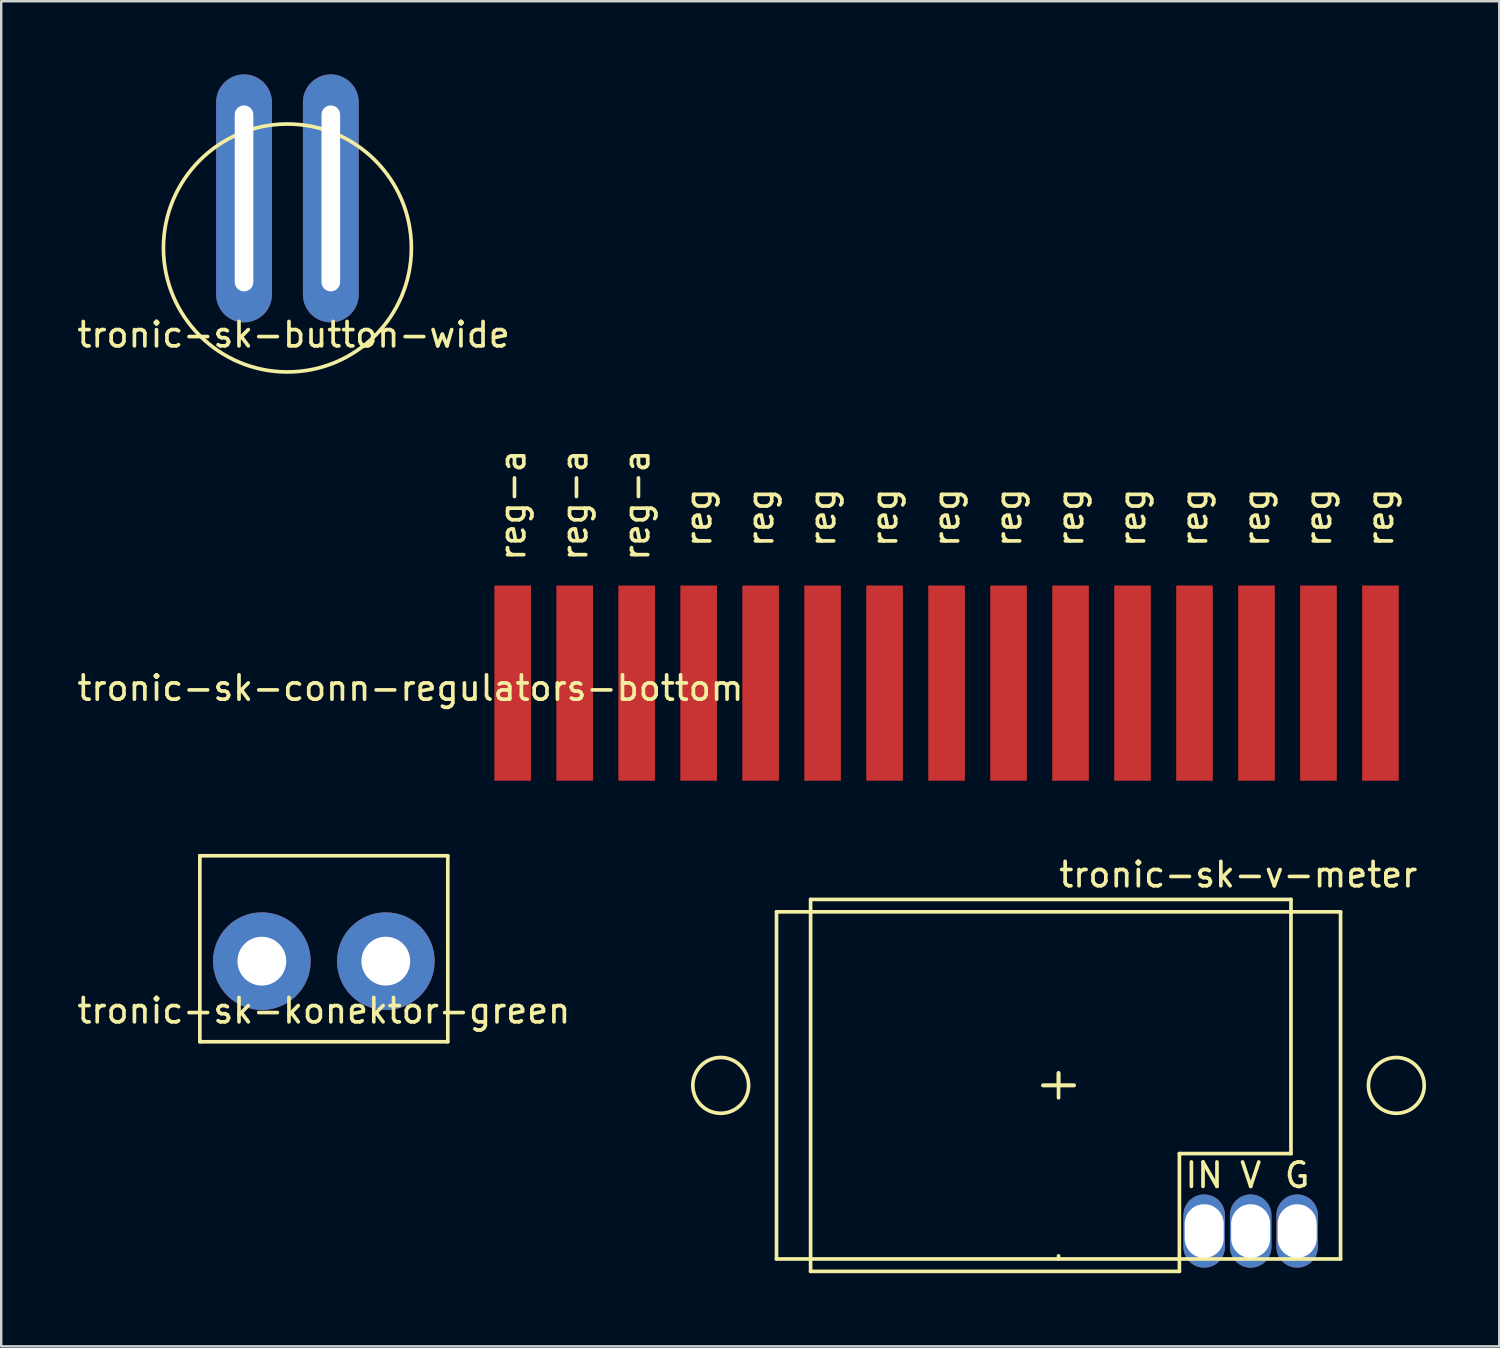
<source format=kicad_pcb>
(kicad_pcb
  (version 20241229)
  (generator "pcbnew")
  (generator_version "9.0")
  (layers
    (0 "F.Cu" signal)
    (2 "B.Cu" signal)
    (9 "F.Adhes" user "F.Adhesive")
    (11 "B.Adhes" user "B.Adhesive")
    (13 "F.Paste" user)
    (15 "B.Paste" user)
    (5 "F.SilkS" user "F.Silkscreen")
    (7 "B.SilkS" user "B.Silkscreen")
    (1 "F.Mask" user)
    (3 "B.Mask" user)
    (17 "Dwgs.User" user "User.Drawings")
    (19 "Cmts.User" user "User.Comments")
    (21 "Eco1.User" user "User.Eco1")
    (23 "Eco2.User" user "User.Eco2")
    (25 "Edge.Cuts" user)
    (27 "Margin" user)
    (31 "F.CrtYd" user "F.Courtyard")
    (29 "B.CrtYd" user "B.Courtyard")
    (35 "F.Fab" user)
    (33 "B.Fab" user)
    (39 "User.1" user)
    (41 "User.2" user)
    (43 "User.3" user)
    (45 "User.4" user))
  (footprint "tronic-sk-v-meter"
    (layer "F.Cu")
    (at 23.69 33.808)
    (property "Reference" "tronic-sk-v-meter" (at 24.003 -1.016 0) (layer "F.SilkS") (effects (font (size 1 1) (thickness 0.15))))
    (attr through_hole)
    (fp_line (start 5.08 0.508) (end 28.194 0.508) (stroke (width 0.15) (type solid)) (layer "F.SilkS"))
    (fp_line (start 5.08 14.732) (end 5.08 0.508) (stroke (width 0.15) (type solid)) (layer "F.SilkS"))
    (fp_line (start 6.477 0) (end 6.477 15.24) (stroke (width 0.15) (type solid)) (layer "F.SilkS"))
    (fp_line (start 6.477 0) (end 26.162 0) (stroke (width 0.15) (type solid)) (layer "F.SilkS"))
    (fp_line (start 6.477 15.24) (end 21.59 15.24) (stroke (width 0.15) (type solid)) (layer "F.SilkS"))
    (fp_line (start 16.002 7.62) (end 16.637 7.62) (stroke (width 0.15) (type solid)) (layer "F.SilkS"))
    (fp_line (start 16.637 7.112) (end 16.637 7.62) (stroke (width 0.15) (type solid)) (layer "F.SilkS"))
    (fp_line (start 16.637 7.62) (end 16.002 7.62) (stroke (width 0.15) (type solid)) (layer "F.SilkS"))
    (fp_line (start 16.637 7.62) (end 16.637 7.112) (stroke (width 0.15) (type solid)) (layer "F.SilkS"))
    (fp_line (start 16.637 7.62) (end 16.637 8.128) (stroke (width 0.15) (type solid)) (layer "F.SilkS"))
    (fp_line (start 16.637 7.62) (end 17.272 7.62) (stroke (width 0.15) (type solid)) (layer "F.SilkS"))
    (fp_line (start 16.637 14.605) (end 16.637 14.732) (stroke (width 0.15) (type solid)) (layer "F.SilkS"))
    (fp_line (start 17.272 7.62) (end 16.637 7.62) (stroke (width 0.15) (type solid)) (layer "F.SilkS"))
    (fp_line (start 21.59 15.24) (end 21.59 10.414) (stroke (width 0.15) (type solid)) (layer "F.SilkS"))
    (fp_line (start 26.162 0) (end 26.162 10.414) (stroke (width 0.15) (type solid)) (layer "F.SilkS"))
    (fp_line (start 26.162 10.414) (end 21.59 10.414) (stroke (width 0.15) (type solid)) (layer "F.SilkS"))
    (fp_line (start 28.194 0.508) (end 28.194 14.732) (stroke (width 0.15) (type solid)) (layer "F.SilkS"))
    (fp_line (start 28.194 14.732) (end 5.08 14.732) (stroke (width 0.15) (type solid)) (layer "F.SilkS"))
    (fp_circle (center 2.794 7.62) (end 2.794 8.763) (stroke (width 0.15) (type solid)) (fill no) (layer "F.SilkS"))
    (fp_circle (center 30.48 7.62) (end 30.48 8.763) (stroke (width 0.15) (type solid)) (fill no) (layer "F.SilkS"))
    (fp_text user "G" (at 26.416 11.303 0) (layer "F.SilkS") (effects (font (size 1 1) (thickness 0.15))))
    (fp_text user "V" (at 24.511 11.303 0) (layer "F.SilkS") (effects (font (size 1 1) (thickness 0.15))))
    (fp_text user "IN" (at 22.606 11.303 0) (layer "F.SilkS") (effects (font (size 1 1) (thickness 0.15))))
    (pad "1" thru_hole oval (at 26.416 13.589) (size 1.7 3) (drill oval 1.6 2.2) (layers "*.Cu" "*.Mask"))
    (pad "2" thru_hole oval (at 24.511 13.589) (size 1.7 3) (drill oval 1.6 2.2) (layers "*.Cu" "*.Mask"))
    (pad "3" thru_hole oval (at 22.606 13.589) (size 1.7 3) (drill oval 1.6 2.2) (layers "*.Cu" "*.Mask")))
  (footprint "tronic-sk-conn-regulators-bottom"
    (layer "F.Cu")
    (at 16.943 20.702)
    (property "Reference" "tronic-sk-conn-regulators-bottom" (at -3.175 4.445 0) (layer "F.SilkS") (effects (font (size 1 1) (thickness 0.15))))
    (attr through_hole)
    (fp_text user "reg" (at 21.336 -2.54 90) (layer "F.SilkS") (effects (font (size 1 1) (thickness 0.15))))
    (fp_text user "reg" (at 34.036 -2.54 90) (layer "F.SilkS") (effects (font (size 1 1) (thickness 0.15))))
    (fp_text user "reg" (at 13.716 -2.54 90) (layer "F.SilkS") (effects (font (size 1 1) (thickness 0.15))))
    (fp_text user "reg-a" (at 6.096 -3.048 90) (layer "F.SilkS") (effects (font (size 1 1) (thickness 0.15))))
    (fp_text user "reg" (at 8.636 -2.54 90) (layer "F.SilkS") (effects (font (size 1 1) (thickness 0.15))))
    (fp_text user "reg" (at 11.176 -2.54 90) (layer "F.SilkS") (effects (font (size 1 1) (thickness 0.15))))
    (fp_text user "reg" (at 36.576 -2.54 90) (layer "F.SilkS") (effects (font (size 1 1) (thickness 0.15))))
    (fp_text user "reg" (at 26.416 -2.54 90) (layer "F.SilkS") (effects (font (size 1 1) (thickness 0.15))))
    (fp_text user "reg" (at 18.796 -2.54 90) (layer "F.SilkS") (effects (font (size 1 1) (thickness 0.15))))
    (fp_text user "reg-a" (at 1.016 -3.048 90) (layer "F.SilkS") (effects (font (size 1 1) (thickness 0.15))))
    (fp_text user "reg-a" (at 3.556 -3.048 90) (layer "F.SilkS") (effects (font (size 1 1) (thickness 0.15))))
    (fp_text user "reg" (at 23.876 -2.54 90) (layer "F.SilkS") (effects (font (size 1 1) (thickness 0.15))))
    (fp_text user "reg" (at 31.496 -2.54 90) (layer "F.SilkS") (effects (font (size 1 1) (thickness 0.15))))
    (fp_text user "reg" (at 16.256 -2.54 90) (layer "F.SilkS") (effects (font (size 1 1) (thickness 0.15))))
    (fp_text user "reg" (at 28.956 -2.54 90) (layer "F.SilkS") (effects (font (size 1 1) (thickness 0.15))))
    (pad "1" smd rect (at 1.016 4.242) (size 1.5 8) (layers "F.Cu" "F.Mask" "F.Paste"))
    (pad "2" smd rect (at 3.556 4.242) (size 1.5 8) (layers "F.Cu" "F.Mask" "F.Paste"))
    (pad "3" smd rect (at 6.096 4.242) (size 1.5 8) (layers "F.Cu" "F.Mask" "F.Paste"))
    (pad "4" smd rect (at 8.636 4.242) (size 1.5 8) (layers "F.Cu" "F.Mask" "F.Paste"))
    (pad "4" smd rect (at 11.176 4.242) (size 1.5 8) (layers "F.Cu" "F.Mask" "F.Paste"))
    (pad "4" smd rect (at 13.716 4.242) (size 1.5 8) (layers "F.Cu" "F.Mask" "F.Paste"))
    (pad "4" smd rect (at 16.256 4.242) (size 1.5 8) (layers "F.Cu" "F.Mask" "F.Paste"))
    (pad "4" smd rect (at 18.796 4.242) (size 1.5 8) (layers "F.Cu" "F.Mask" "F.Paste"))
    (pad "4" smd rect (at 21.336 4.242) (size 1.5 8) (layers "F.Cu" "F.Mask" "F.Paste"))
    (pad "4" smd rect (at 23.876 4.242) (size 1.5 8) (layers "F.Cu" "F.Mask" "F.Paste"))
    (pad "4" smd rect (at 26.416 4.242) (size 1.5 8) (layers "F.Cu" "F.Mask" "F.Paste"))
    (pad "4" smd rect (at 28.956 4.242) (size 1.5 8) (layers "F.Cu" "F.Mask" "F.Paste"))
    (pad "4" smd rect (at 31.496 4.242) (size 1.5 8) (layers "F.Cu" "F.Mask" "F.Paste"))
    (pad "4" smd rect (at 34.036 4.242) (size 1.5 8) (layers "F.Cu" "F.Mask" "F.Paste"))
    (pad "4" smd rect (at 36.576 4.242) (size 1.5 8) (layers "F.Cu" "F.Mask" "F.Paste")))
  (footprint "tronic-sk-konektor-green"
    (layer "F.Cu")
    (at 15.3 38.369)
    (property "Reference" "tronic-sk-konektor-green" (at -5.08 0 0) (layer "F.SilkS") (effects (font (size 1 1) (thickness 0.15))))
    (attr through_hole)
    (fp_line (start -10.16 -6.35) (end 0 -6.35) (stroke (width 0.15) (type solid)) (layer "F.SilkS"))
    (fp_line (start -10.16 1.27) (end -10.16 -6.35) (stroke (width 0.15) (type solid)) (layer "F.SilkS"))
    (fp_line (start 0 -6.35) (end 0 1.27) (stroke (width 0.15) (type solid)) (layer "F.SilkS"))
    (fp_line (start 0 1.27) (end -10.16 1.27) (stroke (width 0.15) (type solid)) (layer "F.SilkS"))
    (pad "1" thru_hole circle (at -2.54 -2.032) (size 4 4) (drill 2) (layers "*.Cu" "*.Mask"))
    (pad "2" thru_hole circle (at -7.62 -2.032) (size 4 4) (drill 2) (layers "*.Cu" "*.Mask")))
  (footprint "tronic-sk-button-wide"
    (layer "F.Cu")
    (at 10.506 3.556)
    (property "Reference" "tronic-sk-button-wide" (at -1.524 7.112 0) (layer "F.SilkS") (effects (font (size 1 1) (thickness 0.15))))
    (attr through_hole)
    (fp_circle (center -1.778 3.556) (end -1.778 8.636) (stroke (width 0.15) (type solid)) (fill no) (layer "F.SilkS"))
    (pad "1" thru_hole oval (at -3.556 1.524) (size 2.286 10.16) (drill oval 0.762 7.62) (layers "*.Cu" "*.Mask"))
    (pad "2" thru_hole oval (at 0 1.524) (size 2.286 10.16) (drill oval 0.762 7.62) (layers "*.Cu" "*.Mask")))
  (gr_rect
    (start -3 -3)
    (end 58.388 52.123)
    (stroke (width 0.1) (type default))
    (fill no)
    (layer "Edge.Cuts")))
</source>
